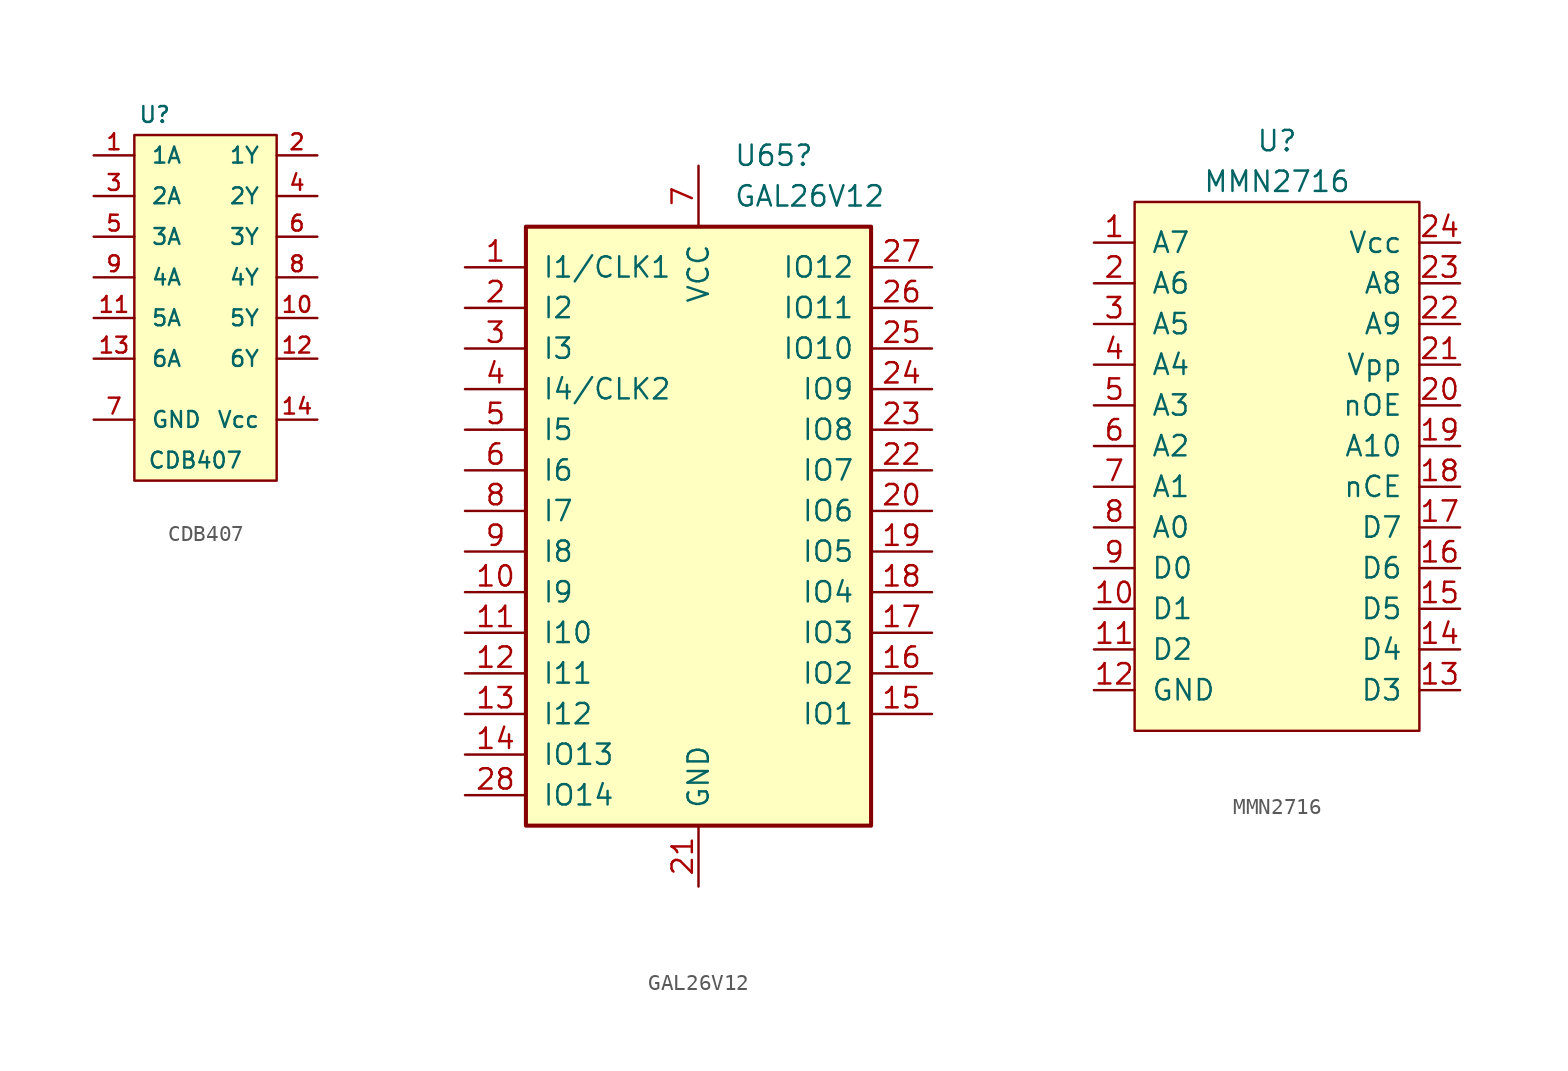
<source format=kicad_sym>
(kicad_symbol_lib
  (version 20231120)
  (generator "kicad_symbol_editor")
  (generator_version "8.0")
  (symbol "CDB407"
    (pin_names
      (offset 1.016))
    (property "Reference" "U"
      (at -3.81 1.27 0)
      (effects (font (size 0.991 0.991))))
    (property "Value" "CDB407"
      (at -1.27 -20.32 0)
      (effects (font (size 0.991 0.991))))
    (symbol "CDB407_1_1"
      (rectangle (start -5.08 0) (end 3.81 -21.59) (stroke (width 0) (type solid)) (fill (type background)))
      (pin input line (at -7.62 -1.27 0) (length 2.54) (name "1A" (effects (font (size 0.991 0.991)))) (number "1" (effects (font (size 0.991 0.991)))))
      (pin open_collector line (at 6.35 -11.43 180) (length 2.54) (name "5Y" (effects (font (size 0.991 0.991)))) (number "10" (effects (font (size 0.991 0.991)))))
      (pin input line (at -7.62 -11.43 0) (length 2.54) (name "5A" (effects (font (size 0.991 0.991)))) (number "11" (effects (font (size 0.991 0.991)))))
      (pin open_collector line (at 6.35 -13.97 180) (length 2.54) (name "6Y" (effects (font (size 0.991 0.991)))) (number "12" (effects (font (size 0.991 0.991)))))
      (pin input line (at -7.62 -13.97 0) (length 2.54) (name "6A" (effects (font (size 0.991 0.991)))) (number "13" (effects (font (size 0.991 0.991)))))
      (pin power_in line (at 6.35 -17.78 180) (length 2.54) (name "Vcc" (effects (font (size 0.991 0.991)))) (number "14" (effects (font (size 0.991 0.991)))))
      (pin open_collector line (at 6.35 -1.27 180) (length 2.54) (name "1Y" (effects (font (size 0.991 0.991)))) (number "2" (effects (font (size 0.991 0.991)))))
      (pin input line (at -7.62 -3.81 0) (length 2.54) (name "2A" (effects (font (size 0.991 0.991)))) (number "3" (effects (font (size 0.991 0.991)))))
      (pin open_collector line (at 6.35 -3.81 180) (length 2.54) (name "2Y" (effects (font (size 0.991 0.991)))) (number "4" (effects (font (size 0.991 0.991)))))
      (pin input line (at -7.62 -6.35 0) (length 2.54) (name "3A" (effects (font (size 0.991 0.991)))) (number "5" (effects (font (size 0.991 0.991)))))
      (pin open_collector line (at 6.35 -6.35 180) (length 2.54) (name "3Y" (effects (font (size 0.991 0.991)))) (number "6" (effects (font (size 0.991 0.991)))))
      (pin power_in line (at -7.62 -17.78 0) (length 2.54) (name "GND" (effects (font (size 0.991 0.991)))) (number "7" (effects (font (size 0.991 0.991)))))
      (pin open_collector line (at 6.35 -8.89 180) (length 2.54) (name "4Y" (effects (font (size 0.991 0.991)))) (number "8" (effects (font (size 0.991 0.991)))))
      (pin input line (at -7.62 -8.89 0) (length 2.54) (name "4A" (effects (font (size 0.991 0.991)))) (number "9" (effects (font (size 0.991 0.991)))))))
  (symbol "GAL26V12"
    (pin_names
      (offset 1.016))
    (property "Reference" "U65"
      (at 4.099 19.685 0)
      (effects (font (size 1.27 1.27)) (justify left)))
    (property "Value" "GAL26V12"
      (at 4.099 17.145 0)
      (effects (font (size 1.27 1.27)) (justify left)))
    (symbol "GAL26V12_0_1"
      (rectangle (start -8.89 15.24) (end 12.7 -22.225) (stroke (width 0.254) (type default)) (fill (type background))))
    (symbol "GAL26V12_1_0"
      (pin power_in line (at 1.905 -26.035 90) (length 3.81) (name "GND" (effects (font (size 1.27 1.27)))) (number "21" (effects (font (size 1.27 1.27)))))
      (pin power_in line (at 1.905 19.05 270) (length 3.81) (name "VCC" (effects (font (size 1.27 1.27)))) (number "7" (effects (font (size 1.27 1.27))))))
    (symbol "GAL26V12_1_1"
      (pin input line (at -12.7 12.7 0) (length 3.81) (name "I1/CLK1" (effects (font (size 1.27 1.27)))) (number "1" (effects (font (size 1.27 1.27)))))
      (pin input line (at -12.7 -7.62 0) (length 3.81) (name "I9" (effects (font (size 1.27 1.27)))) (number "10" (effects (font (size 1.27 1.27)))))
      (pin input line (at -12.7 -10.16 0) (length 3.81) (name "I10" (effects (font (size 1.27 1.27)))) (number "11" (effects (font (size 1.27 1.27)))))
      (pin input line (at -12.7 -12.7 0) (length 3.81) (name "I11" (effects (font (size 1.27 1.27)))) (number "12" (effects (font (size 1.27 1.27)))))
      (pin input line (at -12.7 -15.24 0) (length 3.81) (name "I12" (effects (font (size 1.27 1.27)))) (number "13" (effects (font (size 1.27 1.27)))))
      (pin input line (at -12.7 -17.78 0) (length 3.81) (name "IO13" (effects (font (size 1.27 1.27)))) (number "14" (effects (font (size 1.27 1.27)))))
      (pin tri_state line (at 16.51 -15.24 180) (length 3.81) (name "IO1" (effects (font (size 1.27 1.27)))) (number "15" (effects (font (size 1.27 1.27)))))
      (pin tri_state line (at 16.51 -12.7 180) (length 3.81) (name "IO2" (effects (font (size 1.27 1.27)))) (number "16" (effects (font (size 1.27 1.27)))))
      (pin tri_state line (at 16.51 -10.16 180) (length 3.81) (name "IO3" (effects (font (size 1.27 1.27)))) (number "17" (effects (font (size 1.27 1.27)))))
      (pin tri_state line (at 16.51 -7.62 180) (length 3.81) (name "IO4" (effects (font (size 1.27 1.27)))) (number "18" (effects (font (size 1.27 1.27)))))
      (pin tri_state line (at 16.51 -5.08 180) (length 3.81) (name "IO5" (effects (font (size 1.27 1.27)))) (number "19" (effects (font (size 1.27 1.27)))))
      (pin input line (at -12.7 10.16 0) (length 3.81) (name "I2" (effects (font (size 1.27 1.27)))) (number "2" (effects (font (size 1.27 1.27)))))
      (pin tri_state line (at 16.51 -2.54 180) (length 3.81) (name "IO6" (effects (font (size 1.27 1.27)))) (number "20" (effects (font (size 1.27 1.27)))))
      (pin tri_state line (at 16.51 0 180) (length 3.81) (name "IO7" (effects (font (size 1.27 1.27)))) (number "22" (effects (font (size 1.27 1.27)))))
      (pin tri_state line (at 16.51 2.54 180) (length 3.81) (name "IO8" (effects (font (size 1.27 1.27)))) (number "23" (effects (font (size 1.27 1.27)))))
      (pin input line (at 16.51 5.08 180) (length 3.81) (name "IO9" (effects (font (size 1.27 1.27)))) (number "24" (effects (font (size 1.27 1.27)))))
      (pin input line (at 16.51 7.62 180) (length 3.81) (name "IO10" (effects (font (size 1.27 1.27)))) (number "25" (effects (font (size 1.27 1.27)))))
      (pin input line (at 16.51 10.16 180) (length 3.81) (name "IO11" (effects (font (size 1.27 1.27)))) (number "26" (effects (font (size 1.27 1.27)))))
      (pin input line (at 16.51 12.7 180) (length 3.81) (name "IO12" (effects (font (size 1.27 1.27)))) (number "27" (effects (font (size 1.27 1.27)))))
      (pin input line (at -12.7 -20.32 0) (length 3.81) (name "IO14" (effects (font (size 1.27 1.27)))) (number "28" (effects (font (size 1.27 1.27)))))
      (pin input line (at -12.7 7.62 0) (length 3.81) (name "I3" (effects (font (size 1.27 1.27)))) (number "3" (effects (font (size 1.27 1.27)))))
      (pin input line (at -12.7 5.08 0) (length 3.81) (name "I4/CLK2" (effects (font (size 1.27 1.27)))) (number "4" (effects (font (size 1.27 1.27)))))
      (pin input line (at -12.7 2.54 0) (length 3.81) (name "I5" (effects (font (size 1.27 1.27)))) (number "5" (effects (font (size 1.27 1.27)))))
      (pin input line (at -12.7 0 0) (length 3.81) (name "I6" (effects (font (size 1.27 1.27)))) (number "6" (effects (font (size 1.27 1.27)))))
      (pin input line (at -12.7 -2.54 0) (length 3.81) (name "I7" (effects (font (size 1.27 1.27)))) (number "8" (effects (font (size 1.27 1.27)))))
      (pin input line (at -12.7 -5.08 0) (length 3.81) (name "I8" (effects (font (size 1.27 1.27)))) (number "9" (effects (font (size 1.27 1.27)))))))
  (symbol "MMN2716"
    (pin_names
      (offset 1.016))
    (property "Reference" "U"
      (at 0 0 0)
      (effects (font (size 1.27 1.27))))
    (property "Value" "MMN2716"
      (at 0 -2.54 0)
      (effects (font (size 1.27 1.27))))
    (symbol "MMN2716_1_1"
      (rectangle (start -8.89 -3.81) (end 8.89 -36.83) (stroke (width 0) (type solid)) (fill (type background)))
      (pin input line (at -11.43 -6.35 0) (length 2.54) (name "A7" (effects (font (size 1.27 1.27)))) (number "1" (effects (font (size 1.27 1.27)))))
      (pin bidirectional line (at -11.43 -29.21 0) (length 2.54) (name "D1" (effects (font (size 1.27 1.27)))) (number "10" (effects (font (size 1.27 1.27)))))
      (pin bidirectional line (at -11.43 -31.75 0) (length 2.54) (name "D2" (effects (font (size 1.27 1.27)))) (number "11" (effects (font (size 1.27 1.27)))))
      (pin passive line (at -11.43 -34.29 0) (length 2.54) (name "GND" (effects (font (size 1.27 1.27)))) (number "12" (effects (font (size 1.27 1.27)))))
      (pin bidirectional line (at 11.43 -34.29 180) (length 2.54) (name "D3" (effects (font (size 1.27 1.27)))) (number "13" (effects (font (size 1.27 1.27)))))
      (pin bidirectional line (at 11.43 -31.75 180) (length 2.54) (name "D4" (effects (font (size 1.27 1.27)))) (number "14" (effects (font (size 1.27 1.27)))))
      (pin bidirectional line (at 11.43 -29.21 180) (length 2.54) (name "D5" (effects (font (size 1.27 1.27)))) (number "15" (effects (font (size 1.27 1.27)))))
      (pin bidirectional line (at 11.43 -26.67 180) (length 2.54) (name "D6" (effects (font (size 1.27 1.27)))) (number "16" (effects (font (size 1.27 1.27)))))
      (pin bidirectional line (at 11.43 -24.13 180) (length 2.54) (name "D7" (effects (font (size 1.27 1.27)))) (number "17" (effects (font (size 1.27 1.27)))))
      (pin input line (at 11.43 -21.59 180) (length 2.54) (name "nCE" (effects (font (size 1.27 1.27)))) (number "18" (effects (font (size 1.27 1.27)))))
      (pin input line (at 11.43 -19.05 180) (length 2.54) (name "A10" (effects (font (size 1.27 1.27)))) (number "19" (effects (font (size 1.27 1.27)))))
      (pin input line (at -11.43 -8.89 0) (length 2.54) (name "A6" (effects (font (size 1.27 1.27)))) (number "2" (effects (font (size 1.27 1.27)))))
      (pin input line (at 11.43 -16.51 180) (length 2.54) (name "nOE" (effects (font (size 1.27 1.27)))) (number "20" (effects (font (size 1.27 1.27)))))
      (pin input line (at 11.43 -13.97 180) (length 2.54) (name "Vpp" (effects (font (size 1.27 1.27)))) (number "21" (effects (font (size 1.27 1.27)))))
      (pin input line (at 11.43 -11.43 180) (length 2.54) (name "A9" (effects (font (size 1.27 1.27)))) (number "22" (effects (font (size 1.27 1.27)))))
      (pin input line (at 11.43 -8.89 180) (length 2.54) (name "A8" (effects (font (size 1.27 1.27)))) (number "23" (effects (font (size 1.27 1.27)))))
      (pin power_in line (at 11.43 -6.35 180) (length 2.54) (name "Vcc" (effects (font (size 1.27 1.27)))) (number "24" (effects (font (size 1.27 1.27)))))
      (pin input line (at -11.43 -11.43 0) (length 2.54) (name "A5" (effects (font (size 1.27 1.27)))) (number "3" (effects (font (size 1.27 1.27)))))
      (pin input line (at -11.43 -13.97 0) (length 2.54) (name "A4" (effects (font (size 1.27 1.27)))) (number "4" (effects (font (size 1.27 1.27)))))
      (pin input line (at -11.43 -16.51 0) (length 2.54) (name "A3" (effects (font (size 1.27 1.27)))) (number "5" (effects (font (size 1.27 1.27)))))
      (pin input line (at -11.43 -19.05 0) (length 2.54) (name "A2" (effects (font (size 1.27 1.27)))) (number "6" (effects (font (size 1.27 1.27)))))
      (pin input line (at -11.43 -21.59 0) (length 2.54) (name "A1" (effects (font (size 1.27 1.27)))) (number "7" (effects (font (size 1.27 1.27)))))
      (pin input line (at -11.43 -24.13 0) (length 2.54) (name "A0" (effects (font (size 1.27 1.27)))) (number "8" (effects (font (size 1.27 1.27)))))
      (pin bidirectional line (at -11.43 -26.67 0) (length 2.54) (name "D0" (effects (font (size 1.27 1.27)))) (number "9" (effects (font (size 1.27 1.27))))))))
</source>
